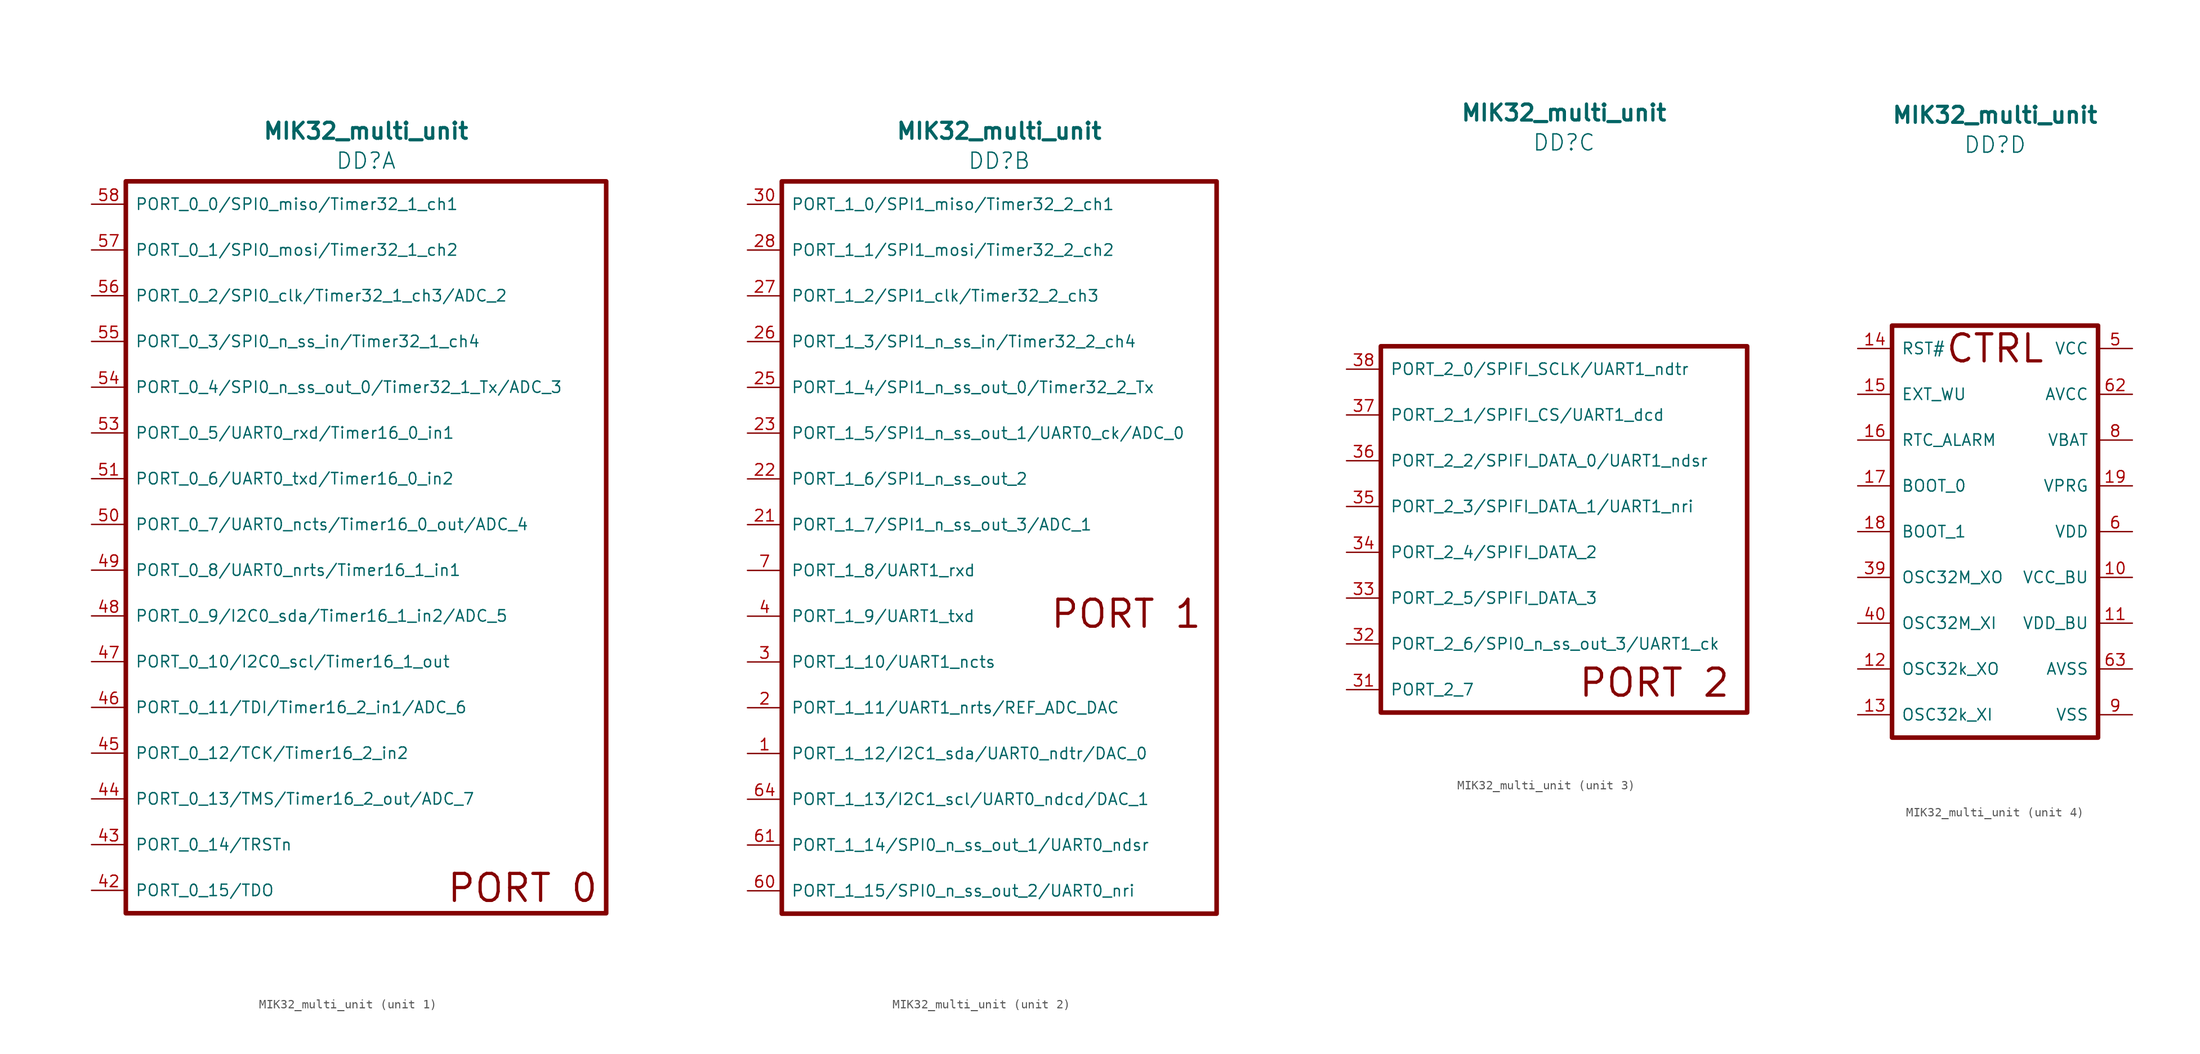
<source format=kicad_sym>
(kicad_symbol_lib
  (version 20241209)
  (generator "kicad_symbol_editor")
  (generator_version "9.0")
  (symbol "MIK32_multi_unit"
    (pin_names
      (offset 1.016))
    (property "Reference" "DD"
      (at 0 42.926 0)
      (effects (font (size 1.778 1.778))))
    (property "Value" "MIK32_multi_unit"
      (at 0 46.228 0)
      (effects (font (size 1.778 1.778) (bold yes))))
    (property "ki_locked" ""
      (at 0 0 0)
      (effects (font (size 1.27 1.27))))
    (symbol "MIK32_multi_unit_1_1"
      (rectangle (start -26.67 40.64) (end 26.67 -40.64) (stroke (width 0.508) (type default)) (fill (type none)))
      (text "PORT 0" (at 25.908 -37.846 0) (effects (font (size 3 3) (thickness 0.356) (bold yes)) (justify right)))
      (pin bidirectional line (at -30.48 38.1 0) (length 3.81) (name "PORT_0_0/SPI0_miso/Timer32_1_ch1" (effects (font (size 1.27 1.27)))) (number "58" (effects (font (size 1.27 1.27)))))
      (pin bidirectional line (at -30.48 33.02 0) (length 3.81) (name "PORT_0_1/SPI0_mosi/Timer32_1_ch2" (effects (font (size 1.27 1.27)))) (number "57" (effects (font (size 1.27 1.27)))))
      (pin bidirectional line (at -30.48 27.94 0) (length 3.81) (name "PORT_0_2/SPI0_clk/Timer32_1_ch3/ADC_2" (effects (font (size 1.27 1.27)))) (number "56" (effects (font (size 1.27 1.27)))))
      (pin bidirectional line (at -30.48 22.86 0) (length 3.81) (name "PORT_0_3/SPI0_n_ss_in/Timer32_1_ch4" (effects (font (size 1.27 1.27)))) (number "55" (effects (font (size 1.27 1.27)))))
      (pin bidirectional line (at -30.48 17.78 0) (length 3.81) (name "PORT_0_4/SPI0_n_ss_out_0/Timer32_1_Tx/ADC_3" (effects (font (size 1.27 1.27)))) (number "54" (effects (font (size 1.27 1.27)))))
      (pin bidirectional line (at -30.48 12.7 0) (length 3.81) (name "PORT_0_5/UART0_rxd/Timer16_0_in1" (effects (font (size 1.27 1.27)))) (number "53" (effects (font (size 1.27 1.27)))))
      (pin bidirectional line (at -30.48 7.62 0) (length 3.81) (name "PORT_0_6/UART0_txd/Timer16_0_in2" (effects (font (size 1.27 1.27)))) (number "51" (effects (font (size 1.27 1.27)))))
      (pin bidirectional line (at -30.48 2.54 0) (length 3.81) (name "PORT_0_7/UART0_ncts/Timer16_0_out/ADC_4" (effects (font (size 1.27 1.27)))) (number "50" (effects (font (size 1.27 1.27)))))
      (pin bidirectional line (at -30.48 -2.54 0) (length 3.81) (name "PORT_0_8/UART0_nrts/Timer16_1_in1" (effects (font (size 1.27 1.27)))) (number "49" (effects (font (size 1.27 1.27)))))
      (pin bidirectional line (at -30.48 -7.62 0) (length 3.81) (name "PORT_0_9/I2C0_sda/Timer16_1_in2/ADC_5" (effects (font (size 1.27 1.27)))) (number "48" (effects (font (size 1.27 1.27)))))
      (pin bidirectional line (at -30.48 -12.7 0) (length 3.81) (name "PORT_0_10/I2C0_scl/Timer16_1_out" (effects (font (size 1.27 1.27)))) (number "47" (effects (font (size 1.27 1.27)))))
      (pin bidirectional line (at -30.48 -17.78 0) (length 3.81) (name "PORT_0_11/TDI/Timer16_2_in1/ADC_6" (effects (font (size 1.27 1.27)))) (number "46" (effects (font (size 1.27 1.27)))))
      (pin bidirectional line (at -30.48 -22.86 0) (length 3.81) (name "PORT_0_12/TCK/Timer16_2_in2" (effects (font (size 1.27 1.27)))) (number "45" (effects (font (size 1.27 1.27)))))
      (pin bidirectional line (at -30.48 -27.94 0) (length 3.81) (name "PORT_0_13/TMS/Timer16_2_out/ADC_7" (effects (font (size 1.27 1.27)))) (number "44" (effects (font (size 1.27 1.27)))))
      (pin bidirectional line (at -30.48 -33.02 0) (length 3.81) (name "PORT_0_14/TRSTn" (effects (font (size 1.27 1.27)))) (number "43" (effects (font (size 1.27 1.27)))))
      (pin bidirectional line (at -30.48 -38.1 0) (length 3.81) (name "PORT_0_15/TDO" (effects (font (size 1.27 1.27)))) (number "42" (effects (font (size 1.27 1.27))))))
    (symbol "MIK32_multi_unit_2_1"
      (rectangle (start -24.13 40.64) (end 24.13 -40.64) (stroke (width 0.508) (type default)) (fill (type none)))
      (text "PORT 1" (at 22.606 -7.366 0) (effects (font (size 3 3) (thickness 0.356) (bold yes)) (justify right)))
      (pin bidirectional line (at -27.94 38.1 0) (length 3.81) (name "PORT_1_0/SPI1_miso/Timer32_2_ch1" (effects (font (size 1.27 1.27)))) (number "30" (effects (font (size 1.27 1.27)))))
      (pin bidirectional line (at -27.94 33.02 0) (length 3.81) (name "PORT_1_1/SPI1_mosi/Timer32_2_ch2" (effects (font (size 1.27 1.27)))) (number "28" (effects (font (size 1.27 1.27)))))
      (pin bidirectional line (at -27.94 27.94 0) (length 3.81) (name "PORT_1_2/SPI1_clk/Timer32_2_ch3" (effects (font (size 1.27 1.27)))) (number "27" (effects (font (size 1.27 1.27)))))
      (pin bidirectional line (at -27.94 22.86 0) (length 3.81) (name "PORT_1_3/SPI1_n_ss_in/Timer32_2_ch4" (effects (font (size 1.27 1.27)))) (number "26" (effects (font (size 1.27 1.27)))))
      (pin bidirectional line (at -27.94 17.78 0) (length 3.81) (name "PORT_1_4/SPI1_n_ss_out_0/Timer32_2_Tx" (effects (font (size 1.27 1.27)))) (number "25" (effects (font (size 1.27 1.27)))))
      (pin bidirectional line (at -27.94 12.7 0) (length 3.81) (name "PORT_1_5/SPI1_n_ss_out_1/UART0_ck/ADC_0" (effects (font (size 1.27 1.27)))) (number "23" (effects (font (size 1.27 1.27)))))
      (pin bidirectional line (at -27.94 7.62 0) (length 3.81) (name "PORT_1_6/SPI1_n_ss_out_2" (effects (font (size 1.27 1.27)))) (number "22" (effects (font (size 1.27 1.27)))))
      (pin bidirectional line (at -27.94 2.54 0) (length 3.81) (name "PORT_1_7/SPI1_n_ss_out_3/ADC_1" (effects (font (size 1.27 1.27)))) (number "21" (effects (font (size 1.27 1.27)))))
      (pin bidirectional line (at -27.94 -2.54 0) (length 3.81) (name "PORT_1_8/UART1_rxd" (effects (font (size 1.27 1.27)))) (number "7" (effects (font (size 1.27 1.27)))))
      (pin bidirectional line (at -27.94 -7.62 0) (length 3.81) (name "PORT_1_9/UART1_txd" (effects (font (size 1.27 1.27)))) (number "4" (effects (font (size 1.27 1.27)))))
      (pin bidirectional line (at -27.94 -12.7 0) (length 3.81) (name "PORT_1_10/UART1_ncts" (effects (font (size 1.27 1.27)))) (number "3" (effects (font (size 1.27 1.27)))))
      (pin bidirectional line (at -27.94 -17.78 0) (length 3.81) (name "PORT_1_11/UART1_nrts/REF_ADC_DAC" (effects (font (size 1.27 1.27)))) (number "2" (effects (font (size 1.27 1.27)))))
      (pin bidirectional line (at -27.94 -22.86 0) (length 3.81) (name "PORT_1_12/I2C1_sda/UART0_ndtr/DAC_0" (effects (font (size 1.27 1.27)))) (number "1" (effects (font (size 1.27 1.27)))))
      (pin bidirectional line (at -27.94 -27.94 0) (length 3.81) (name "PORT_1_13/I2C1_scl/UART0_ndcd/DAC_1" (effects (font (size 1.27 1.27)))) (number "64" (effects (font (size 1.27 1.27)))))
      (pin bidirectional line (at -27.94 -33.02 0) (length 3.81) (name "PORT_1_14/SPI0_n_ss_out_1/UART0_ndsr" (effects (font (size 1.27 1.27)))) (number "61" (effects (font (size 1.27 1.27)))))
      (pin bidirectional line (at -27.94 -38.1 0) (length 3.81) (name "PORT_1_15/SPI0_n_ss_out_2/UART0_nri" (effects (font (size 1.27 1.27)))) (number "60" (effects (font (size 1.27 1.27))))))
    (symbol "MIK32_multi_unit_3_1"
      (rectangle (start -20.32 20.32) (end 20.32 -20.32) (stroke (width 0.508) (type default)) (fill (type none)))
      (text "PORT 2" (at 18.542 -17.018 0) (effects (font (size 3 3) (thickness 0.356) (bold yes)) (justify right)))
      (pin bidirectional line (at -24.13 17.78 0) (length 3.81) (name "PORT_2_0/SPIFI_SCLK/UART1_ndtr" (effects (font (size 1.27 1.27)))) (number "38" (effects (font (size 1.27 1.27)))))
      (pin bidirectional line (at -24.13 12.7 0) (length 3.81) (name "PORT_2_1/SPIFI_CS/UART1_dcd" (effects (font (size 1.27 1.27)))) (number "37" (effects (font (size 1.27 1.27)))))
      (pin bidirectional line (at -24.13 7.62 0) (length 3.81) (name "PORT_2_2/SPIFI_DATA_0/UART1_ndsr" (effects (font (size 1.27 1.27)))) (number "36" (effects (font (size 1.27 1.27)))))
      (pin bidirectional line (at -24.13 2.54 0) (length 3.81) (name "PORT_2_3/SPIFI_DATA_1/UART1_nri" (effects (font (size 1.27 1.27)))) (number "35" (effects (font (size 1.27 1.27)))))
      (pin bidirectional line (at -24.13 -2.54 0) (length 3.81) (name "PORT_2_4/SPIFI_DATA_2" (effects (font (size 1.27 1.27)))) (number "34" (effects (font (size 1.27 1.27)))))
      (pin bidirectional line (at -24.13 -7.62 0) (length 3.81) (name "PORT_2_5/SPIFI_DATA_3" (effects (font (size 1.27 1.27)))) (number "33" (effects (font (size 1.27 1.27)))))
      (pin bidirectional line (at -24.13 -12.7 0) (length 3.81) (name "PORT_2_6/SPI0_n_ss_out_3/UART1_ck" (effects (font (size 1.27 1.27)))) (number "32" (effects (font (size 1.27 1.27)))))
      (pin bidirectional line (at -24.13 -17.78 0) (length 3.81) (name "PORT_2_7" (effects (font (size 1.27 1.27)))) (number "31" (effects (font (size 1.27 1.27))))))
    (symbol "MIK32_multi_unit_4_1"
      (rectangle (start -11.43 22.86) (end 11.43 -22.86) (stroke (width 0.508) (type default)) (fill (type none)))
      (text "CTRL" (at 0 20.32 0) (effects (font (size 3 3) (thickness 0.356) (bold yes))))
      (pin input line (at -15.24 20.32 0) (length 3.81) (name "RST#" (effects (font (size 1.27 1.27)))) (number "14" (effects (font (size 1.27 1.27)))))
      (pin input line (at -15.24 15.24 0) (length 3.81) (name "EXT_WU" (effects (font (size 1.27 1.27)))) (number "15" (effects (font (size 1.27 1.27)))))
      (pin output line (at -15.24 10.16 0) (length 3.81) (name "RTC_ALARM" (effects (font (size 1.27 1.27)))) (number "16" (effects (font (size 1.27 1.27)))))
      (pin input line (at -15.24 5.08 0) (length 3.81) (name "BOOT_0" (effects (font (size 1.27 1.27)))) (number "17" (effects (font (size 1.27 1.27)))))
      (pin input line (at -15.24 0 0) (length 3.81) (name "BOOT_1" (effects (font (size 1.27 1.27)))) (number "18" (effects (font (size 1.27 1.27)))))
      (pin output line (at -15.24 -5.08 0) (length 3.81) (name "OSC32M_XO" (effects (font (size 1.27 1.27)))) (number "39" (effects (font (size 1.27 1.27)))))
      (pin input line (at -15.24 -10.16 0) (length 3.81) (name "OSC32M_XI" (effects (font (size 1.27 1.27)))) (number "40" (effects (font (size 1.27 1.27)))))
      (pin output line (at -15.24 -15.24 0) (length 3.81) (name "OSC32k_XO" (effects (font (size 1.27 1.27)))) (number "12" (effects (font (size 1.27 1.27)))))
      (pin input line (at -15.24 -20.32 0) (length 3.81) (name "OSC32k_XI" (effects (font (size 1.27 1.27)))) (number "13" (effects (font (size 1.27 1.27)))))
      (pin power_in line (at 15.24 20.32 180) (length 3.81) (hide yes) (name "VCC" (effects (font (size 1.27 1.27)))) (number "20" (effects (font (size 1.27 1.27)))))
      (pin power_in line (at 15.24 20.32 180) (length 3.81) (name "VCC" (effects (font (size 1.27 1.27)))) (number "5" (effects (font (size 1.27 1.27)))))
      (pin power_in line (at 15.24 20.32 180) (length 3.81) (hide yes) (name "VCC" (effects (font (size 1.27 1.27)))) (number "52" (effects (font (size 1.27 1.27)))))
      (pin power_in line (at 15.24 15.24 180) (length 3.81) (name "AVCC" (effects (font (size 1.27 1.27)))) (number "62" (effects (font (size 1.27 1.27)))))
      (pin power_in line (at 15.24 10.16 180) (length 3.81) (name "VBAT" (effects (font (size 1.27 1.27)))) (number "8" (effects (font (size 1.27 1.27)))))
      (pin power_in line (at 15.24 5.08 180) (length 3.81) (name "VPRG" (effects (font (size 1.27 1.27)))) (number "19" (effects (font (size 1.27 1.27)))))
      (pin power_out line (at 15.24 0 180) (length 3.81) (hide yes) (name "VDD" (effects (font (size 1.27 1.27)))) (number "24" (effects (font (size 1.27 1.27)))))
      (pin power_out line (at 15.24 0 180) (length 3.81) (hide yes) (name "VDD" (effects (font (size 1.27 1.27)))) (number "41" (effects (font (size 1.27 1.27)))))
      (pin power_out line (at 15.24 0 180) (length 3.81) (name "VDD" (effects (font (size 1.27 1.27)))) (number "6" (effects (font (size 1.27 1.27)))))
      (pin power_out line (at 15.24 -5.08 180) (length 3.81) (name "VCC_BU" (effects (font (size 1.27 1.27)))) (number "10" (effects (font (size 1.27 1.27)))))
      (pin power_out line (at 15.24 -10.16 180) (length 3.81) (name "VDD_BU" (effects (font (size 1.27 1.27)))) (number "11" (effects (font (size 1.27 1.27)))))
      (pin power_in line (at 15.24 -15.24 180) (length 3.81) (name "AVSS" (effects (font (size 1.27 1.27)))) (number "63" (effects (font (size 1.27 1.27)))))
      (pin power_in line (at 15.24 -20.32 180) (length 3.81) (hide yes) (name "VSS" (effects (font (size 1.27 1.27)))) (number "29" (effects (font (size 1.27 1.27)))))
      (pin power_in line (at 15.24 -20.32 180) (length 3.81) (hide yes) (name "VSS" (effects (font (size 1.27 1.27)))) (number "59" (effects (font (size 1.27 1.27)))))
      (pin passive line (at 15.24 -20.32 180) (length 3.81) (hide yes) (name "PAD" (effects (font (size 1.27 1.27)))) (number "65" (effects (font (size 1.27 1.27)))))
      (pin power_in line (at 15.24 -20.32 180) (length 3.81) (name "VSS" (effects (font (size 1.27 1.27)))) (number "9" (effects (font (size 1.27 1.27))))))))
</source>
